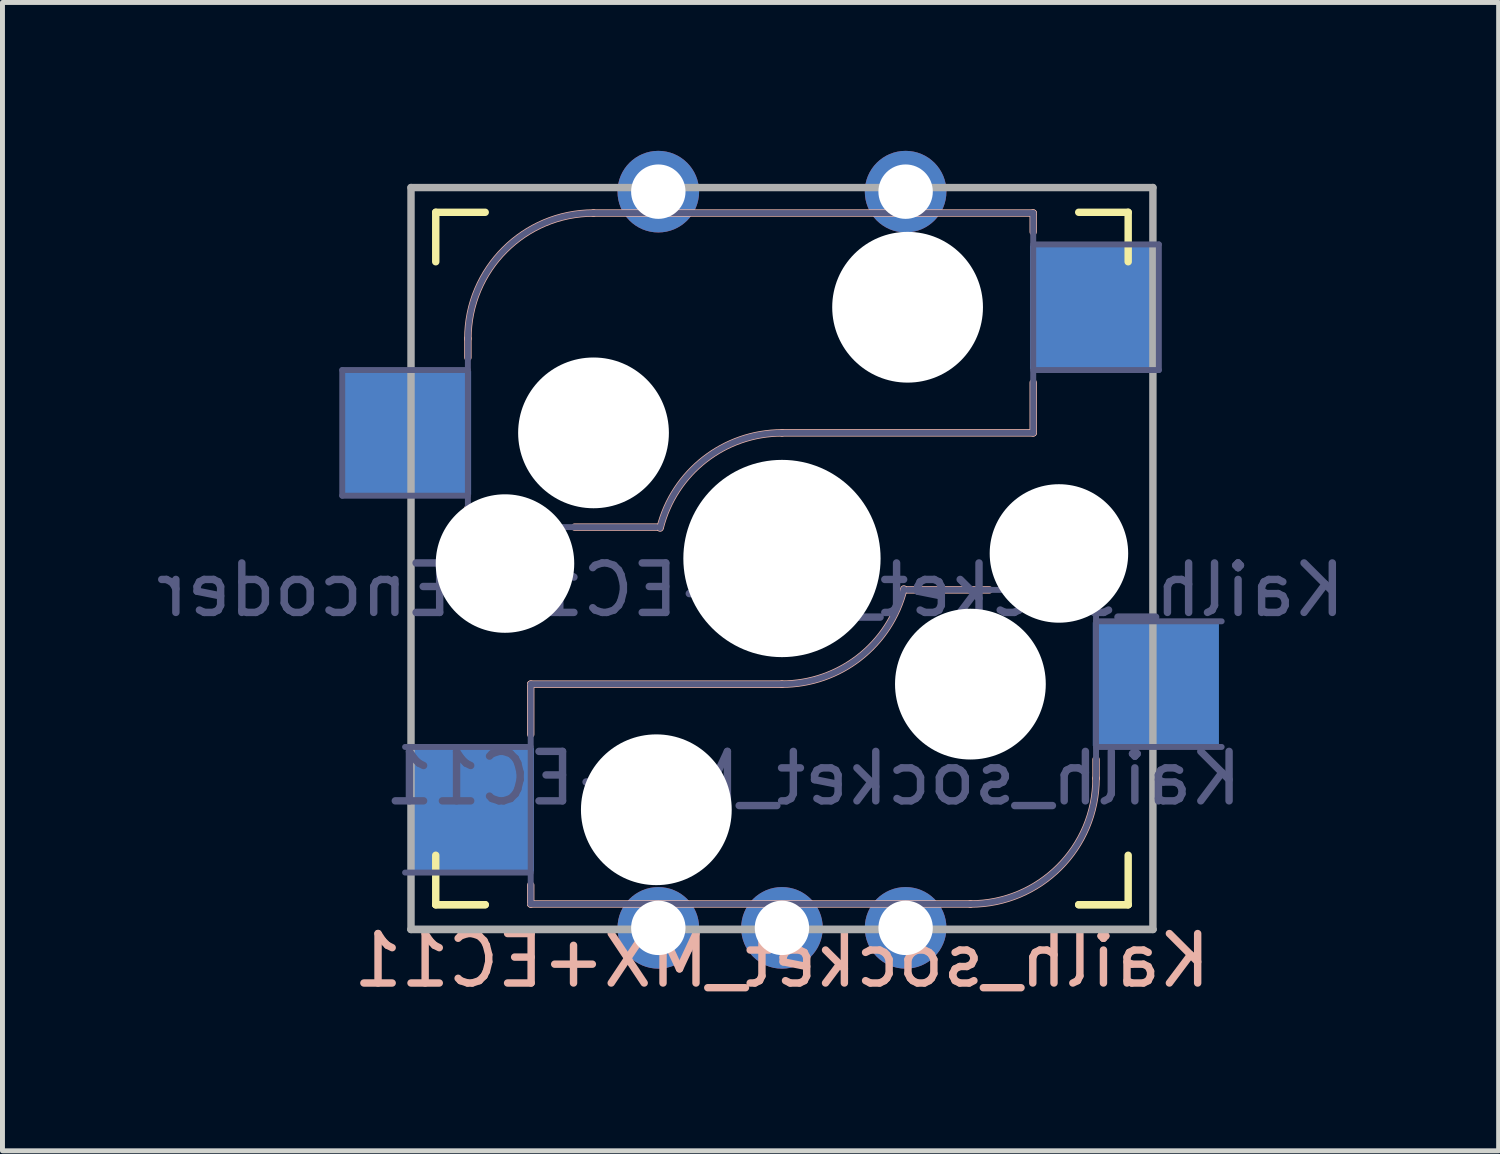
<source format=kicad_pcb>
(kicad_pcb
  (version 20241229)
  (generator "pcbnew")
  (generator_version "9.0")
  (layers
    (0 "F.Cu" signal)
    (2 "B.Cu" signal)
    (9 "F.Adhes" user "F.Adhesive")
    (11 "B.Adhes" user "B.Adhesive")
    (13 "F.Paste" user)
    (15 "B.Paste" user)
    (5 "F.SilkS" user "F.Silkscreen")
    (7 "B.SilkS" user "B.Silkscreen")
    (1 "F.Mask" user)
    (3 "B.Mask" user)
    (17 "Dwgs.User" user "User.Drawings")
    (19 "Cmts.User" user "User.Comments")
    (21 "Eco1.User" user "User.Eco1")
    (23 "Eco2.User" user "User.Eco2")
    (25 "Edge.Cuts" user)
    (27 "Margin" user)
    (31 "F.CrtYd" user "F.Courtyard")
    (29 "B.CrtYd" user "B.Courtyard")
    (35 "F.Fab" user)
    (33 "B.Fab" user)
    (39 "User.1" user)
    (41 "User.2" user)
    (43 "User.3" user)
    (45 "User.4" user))
  (footprint "Kailh_socket_MX+EC11"
    (layer "F.Cu")
    (at 12.76 8.242)
    (property "Reference" "Kailh_socket_MX+EC11" (at 0 8.128 0) (layer "B.SilkS") (effects (font (size 1 1) (thickness 0.15)) (justify mirror)))
    (property "Value" "Kailh_socket_MX+EC11 Encoder" (at 0 8.255 0) (layer "F.Fab") (hide yes) (effects (font (size 1 1) (thickness 0.15))))
    (attr smd)
    (fp_line (start -7 -6) (end -7 -7) (stroke (width 0.15) (type solid)) (layer "F.SilkS"))
    (fp_line (start -7 7) (end -7 6) (stroke (width 0.15) (type solid)) (layer "F.SilkS"))
    (fp_line (start -7 7) (end -6 7) (stroke (width 0.15) (type solid)) (layer "F.SilkS"))
    (fp_line (start -7 7) (end -6 7) (stroke (width 0.15) (type solid)) (layer "F.SilkS"))
    (fp_line (start -6 -7) (end -7 -7) (stroke (width 0.15) (type solid)) (layer "F.SilkS"))
    (fp_line (start 6 7) (end 7 7) (stroke (width 0.15) (type solid)) (layer "F.SilkS"))
    (fp_line (start 6 7) (end 7 7) (stroke (width 0.15) (type solid)) (layer "F.SilkS"))
    (fp_line (start 7 -7) (end 6 -7) (stroke (width 0.15) (type solid)) (layer "F.SilkS"))
    (fp_line (start 7 -7) (end 7 -6) (stroke (width 0.15) (type solid)) (layer "F.SilkS"))
    (fp_line (start 7 6) (end 7 7) (stroke (width 0.15) (type solid)) (layer "F.SilkS"))
    (fp_line (start -6.35 -4.445) (end -6.35 -4.064) (stroke (width 0.15) (type solid)) (layer "B.SilkS"))
    (fp_line (start -6.35 -1.016) (end -6.35 -0.635) (stroke (width 0.15) (type solid)) (layer "B.SilkS"))
    (fp_line (start -5.969 -0.635) (end -6.35 -0.635) (stroke (width 0.15) (type solid)) (layer "B.SilkS"))
    (fp_line (start -5.08 2.54) (end 0 2.54) (stroke (width 0.15) (type solid)) (layer "B.SilkS"))
    (fp_line (start -5.08 3.556) (end -5.08 2.54) (stroke (width 0.15) (type solid)) (layer "B.SilkS"))
    (fp_line (start -5.08 6.985) (end -5.08 6.604) (stroke (width 0.15) (type solid)) (layer "B.SilkS"))
    (fp_line (start -3.81 -6.985) (end 5.08 -6.985) (stroke (width 0.15) (type solid)) (layer "B.SilkS"))
    (fp_line (start -2.464 -0.635) (end -4.191 -0.635) (stroke (width 0.15) (type solid)) (layer "B.SilkS"))
    (fp_line (start 2.464 0.635) (end 4.191 0.635) (stroke (width 0.15) (type solid)) (layer "B.SilkS"))
    (fp_line (start 3.81 6.985) (end -5.08 6.985) (stroke (width 0.15) (type solid)) (layer "B.SilkS"))
    (fp_line (start 5.08 -6.985) (end 5.08 -6.604) (stroke (width 0.15) (type solid)) (layer "B.SilkS"))
    (fp_line (start 5.08 -3.556) (end 5.08 -2.54) (stroke (width 0.15) (type solid)) (layer "B.SilkS"))
    (fp_line (start 5.08 -2.54) (end 0 -2.54) (stroke (width 0.15) (type solid)) (layer "B.SilkS"))
    (fp_line (start 6.35 4.445) (end 6.35 4.064) (stroke (width 0.15) (type solid)) (layer "B.SilkS"))
    (fp_arc (start -6.35 -4.445) (mid -5.606051 -6.241051) (end -3.81 -6.985) (stroke (width 0.15) (type solid)) (layer "B.SilkS"))
    (fp_arc (start -2.464162 -0.61604) (mid -1.563147 -2.002042) (end 0 -2.54) (stroke (width 0.15) (type solid)) (layer "B.SilkS"))
    (fp_arc (start 2.464162 0.61604) (mid 1.563147 2.002042) (end 0 2.54) (stroke (width 0.15) (type solid)) (layer "B.SilkS"))
    (fp_arc (start 6.35 4.445) (mid 5.606051 6.241051) (end 3.81 6.985) (stroke (width 0.15) (type solid)) (layer "B.SilkS"))
    (fp_line (start -6.9 6.9) (end -6.9 -6.9) (stroke (width 0.15) (type solid)) (layer "Eco2.User"))
    (fp_line (start -6.9 6.9) (end 6.9 6.9) (stroke (width 0.15) (type solid)) (layer "Eco2.User"))
    (fp_line (start -6.9 6.9) (end 6.9 6.9) (stroke (width 0.15) (type solid)) (layer "Eco2.User"))
    (fp_line (start 6.9 -6.9) (end -6.9 -6.9) (stroke (width 0.15) (type solid)) (layer "Eco2.User"))
    (fp_line (start 6.9 -6.9) (end 6.9 6.9) (stroke (width 0.15) (type solid)) (layer "Eco2.User"))
    (fp_line (start -8.89 -3.81) (end -6.35 -3.81) (stroke (width 0.12) (type solid)) (layer "B.Fab"))
    (fp_line (start -8.89 -1.27) (end -8.89 -3.81) (stroke (width 0.12) (type solid)) (layer "B.Fab"))
    (fp_line (start -7.62 3.81) (end -5.08 3.81) (stroke (width 0.12) (type solid)) (layer "B.Fab"))
    (fp_line (start -6.35 -1.27) (end -8.89 -1.27) (stroke (width 0.12) (type solid)) (layer "B.Fab"))
    (fp_line (start -6.35 -0.635) (end -6.35 -4.445) (stroke (width 0.12) (type solid)) (layer "B.Fab"))
    (fp_line (start -6.35 -0.635) (end -2.54 -0.635) (stroke (width 0.12) (type solid)) (layer "B.Fab"))
    (fp_line (start -5.08 2.54) (end 0 2.54) (stroke (width 0.12) (type solid)) (layer "B.Fab"))
    (fp_line (start -5.08 6.35) (end -7.62 6.35) (stroke (width 0.12) (type solid)) (layer "B.Fab"))
    (fp_line (start -5.08 6.985) (end -5.08 2.54) (stroke (width 0.12) (type solid)) (layer "B.Fab"))
    (fp_line (start -3.81 -6.985) (end 5.08 -6.985) (stroke (width 0.12) (type solid)) (layer "B.Fab"))
    (fp_line (start 3.81 6.985) (end -5.08 6.985) (stroke (width 0.12) (type solid)) (layer "B.Fab"))
    (fp_line (start 5.08 -6.985) (end 5.08 -2.54) (stroke (width 0.12) (type solid)) (layer "B.Fab"))
    (fp_line (start 5.08 -6.35) (end 7.62 -6.35) (stroke (width 0.12) (type solid)) (layer "B.Fab"))
    (fp_line (start 5.08 -2.54) (end 0 -2.54) (stroke (width 0.12) (type solid)) (layer "B.Fab"))
    (fp_line (start 6.35 0.635) (end 2.54 0.635) (stroke (width 0.12) (type solid)) (layer "B.Fab"))
    (fp_line (start 6.35 0.635) (end 6.35 4.445) (stroke (width 0.12) (type solid)) (layer "B.Fab"))
    (fp_line (start 6.35 1.27) (end 8.89 1.27) (stroke (width 0.12) (type solid)) (layer "B.Fab"))
    (fp_line (start 7.62 -6.35) (end 7.62 -3.81) (stroke (width 0.12) (type solid)) (layer "B.Fab"))
    (fp_line (start 7.62 -3.81) (end 5.08 -3.81) (stroke (width 0.12) (type solid)) (layer "B.Fab"))
    (fp_line (start 8.89 3.81) (end 6.35 3.81) (stroke (width 0.12) (type solid)) (layer "B.Fab"))
    (fp_arc (start -6.35 -4.445) (mid -5.606051 -6.241051) (end -3.81 -6.985) (stroke (width 0.12) (type solid)) (layer "B.Fab"))
    (fp_arc (start -2.464162 -0.61604) (mid -1.563147 -2.002042) (end 0 -2.54) (stroke (width 0.12) (type solid)) (layer "B.Fab"))
    (fp_arc (start 2.464162 0.61604) (mid 1.563147 2.002042) (end 0 2.54) (stroke (width 0.12) (type solid)) (layer "B.Fab"))
    (fp_arc (start 6.35 4.445) (mid 5.606051 6.241051) (end 3.81 6.985) (stroke (width 0.12) (type solid)) (layer "B.Fab"))
    (fp_line (start -7.5 -7.5) (end 7.5 -7.5) (stroke (width 0.15) (type solid)) (layer "F.Fab"))
    (fp_line (start -7.5 7.5) (end -7.5 -7.5) (stroke (width 0.15) (type solid)) (layer "F.Fab"))
    (fp_line (start 7.5 -7.5) (end 7.5 7.5) (stroke (width 0.15) (type solid)) (layer "F.Fab"))
    (fp_line (start 7.5 7.5) (end -7.5 7.5) (stroke (width 0.15) (type solid)) (layer "F.Fab"))
    (fp_line (start 7.5 7.5) (end -7.5 7.5) (stroke (width 0.15) (type solid)) (layer "F.Fab"))
    (fp_text user "${VALUE}" (at -0.635 0.635 0) (layer "B.Fab") (effects (font (size 1 1) (thickness 0.15)) (justify mirror)))
    (fp_text user "${REFERENCE}" (at 0.635 4.445 180) (layer "B.Fab") (effects (font (size 1 1) (thickness 0.15)) (justify mirror)))
    (pad "" np_thru_hole circle (at -5.6 0.102 90) (size 2.8 2.8) (drill 2.8) (layers "*.Cu" "*.Mask"))
    (pad "" np_thru_hole circle (at -3.81 -2.54) (size 3.048 3.048) (drill 3.048) (layers "*.Cu" "*.Mask"))
    (pad "" np_thru_hole circle (at -2.54 5.08 180) (size 3.048 3.048) (drill 3.048) (layers "*.Cu" "*.Mask"))
    (pad "" np_thru_hole circle (at 0 0 180) (size 3.988 3.988) (drill 3.988) (layers "*.Cu" "*.Mask"))
    (pad "" np_thru_hole circle (at 2.54 -5.08) (size 3.048 3.048) (drill 3.048) (layers "*.Cu" "*.Mask"))
    (pad "" np_thru_hole circle (at 3.81 2.54 180) (size 3.048 3.048) (drill 3.048) (layers "*.Cu" "*.Mask"))
    (pad "" np_thru_hole circle (at 5.6 -0.102 90) (size 2.8 2.8) (drill 2.8) (layers "*.Cu" "*.Mask"))
    (pad "1" smd rect (at -7.56 -2.54) (size 2.55 2.5) (layers "B.Cu" "B.Mask" "B.Paste"))
    (pad "1" smd rect (at -6.29 5.08 180) (size 2.55 2.5) (layers "B.Cu" "B.Mask" "B.Paste"))
    (pad "2" smd rect (at 6.29 -5.08) (size 2.55 2.5) (layers "B.Cu" "B.Mask" "B.Paste"))
    (pad "2" smd rect (at 7.56 2.54 180) (size 2.55 2.5) (layers "B.Cu" "B.Mask" "B.Paste"))
    (pad "A" thru_hole circle (at -2.5 7.468 90) (size 1.65 1.65) (drill 1.1) (layers "*.Cu" "*.Mask"))
    (pad "B" thru_hole circle (at 2.5 7.468 90) (size 1.65 1.65) (drill 1.1) (layers "*.Cu" "*.Mask"))
    (pad "C" thru_hole circle (at -0.000083 7.468 90) (size 1.65 1.65) (drill 1.1) (layers "*.Cu" "*.Mask"))
    (pad "S1" thru_hole circle (at -2.5 -7.417 90) (size 1.65 1.65) (drill 1.1) (layers "*.Cu" "*.Mask"))
    (pad "S2" thru_hole circle (at 2.5 -7.417 90) (size 1.65 1.65) (drill 1.1) (layers "*.Cu" "*.Mask")))
  (gr_rect
    (start -3 -3)
    (end 27.25 20.218)
    (stroke (width 0.1) (type default))
    (fill no)
    (layer "Edge.Cuts")))
</source>
